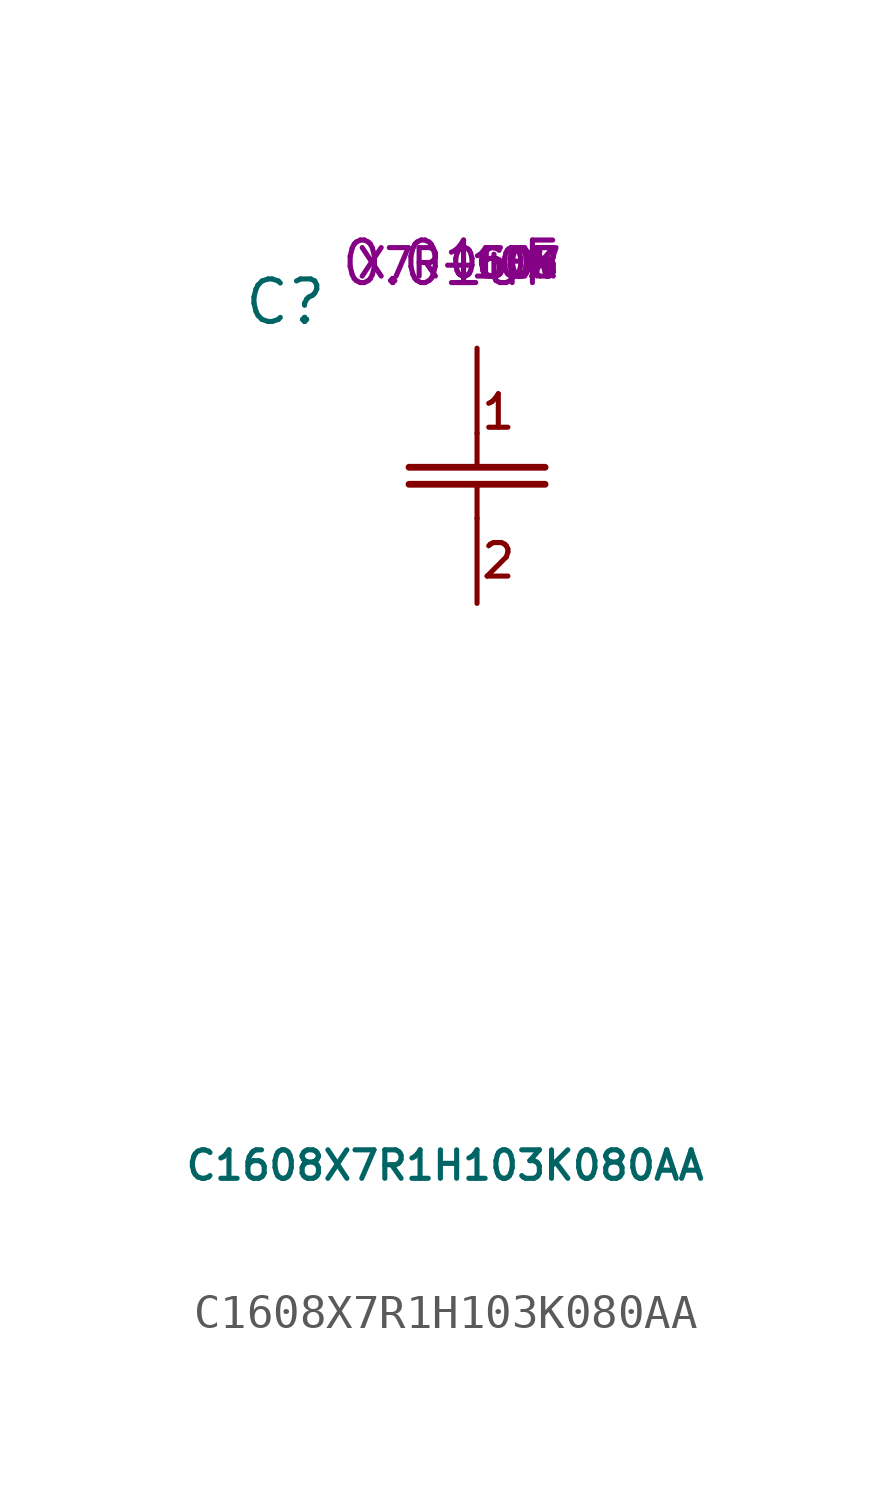
<source format=kicad_sym>
(kicad_symbol_lib
  (version 20211014)
  (generator kicad_symbol_editor)
  (symbol "C1608X7R1H103K080AA"
    (pin_numbers hide)
    (pin_names
      (offset 1.016) hide)
    (property "Reference" "C"
      (at -6.985 -1.905 0)
      (effects (font (size 1.27 1.27)) (justify right bottom)))
    (property "Value" "C1608X7R1H103K080AA"
      (at 4.318 -27.441 0)
      (effects (font (size 0.85 0.85)) (justify right bottom)))
    (property "Capacitance" "0.01uF"
      (at 0 0 0)
      (effects (font (size 1.27 1.27)) (justify right)))
    (property "Rated Voltage" "50V"
      (at 0 0 0)
      (effects (font (size 0.85 0.85)) (justify right)))
    (property "Code" "X7R-CER"
      (at 0 0 0)
      (effects (font (size 0.85 0.85)) (justify right)))
    (property "Size" "0603"
      (at 0 0 0)
      (effects (font (size 0.85 0.85)) (justify right)))
    (property "Tolerance" "10%"
      (at 0 0 0)
      (effects (font (size 0.85 0.85)) (justify right)))
    (symbol "C1608X7R1H103K080AA_0_0"
      (polyline (pts (xy -2.54 -7.62) (xy -2.54 -6.604)) (stroke (width 0) (type default) (color 0 0 0 0)) (fill (type none)))
      (polyline (pts (xy -2.54 -6.096) (xy -2.54 -5.08)) (stroke (width 0) (type default) (color 0 0 0 0)) (fill (type none)))
      (text "1" (at -1.905 -4.445 0) (effects (font (size 1 1))))
      (text "2" (at -1.905 -8.89 0) (effects (font (size 1 1)))))
    (symbol "C1608X7R1H103K080AA_1_1"
      (polyline (pts (xy -4.572 -6.604) (xy -0.508 -6.604)) (stroke (width 0.203) (type default) (color 0 0 0 0)) (fill (type none)))
      (polyline (pts (xy -4.572 -6.096) (xy -0.508 -6.096)) (stroke (width 0.203) (type default) (color 0 0 0 0)) (fill (type none)))
      (pin passive line (at -2.54 -2.54 270) (length 2.54) (name "1" (effects (font (size 1.27 1.27)))) (number "1" (effects (font (size 1.27 1.27)))))
      (pin passive line (at -2.54 -10.16 90) (length 2.54) (name "2" (effects (font (size 1.27 1.27)))) (number "2" (effects (font (size 1.27 1.27))))))))
</source>
